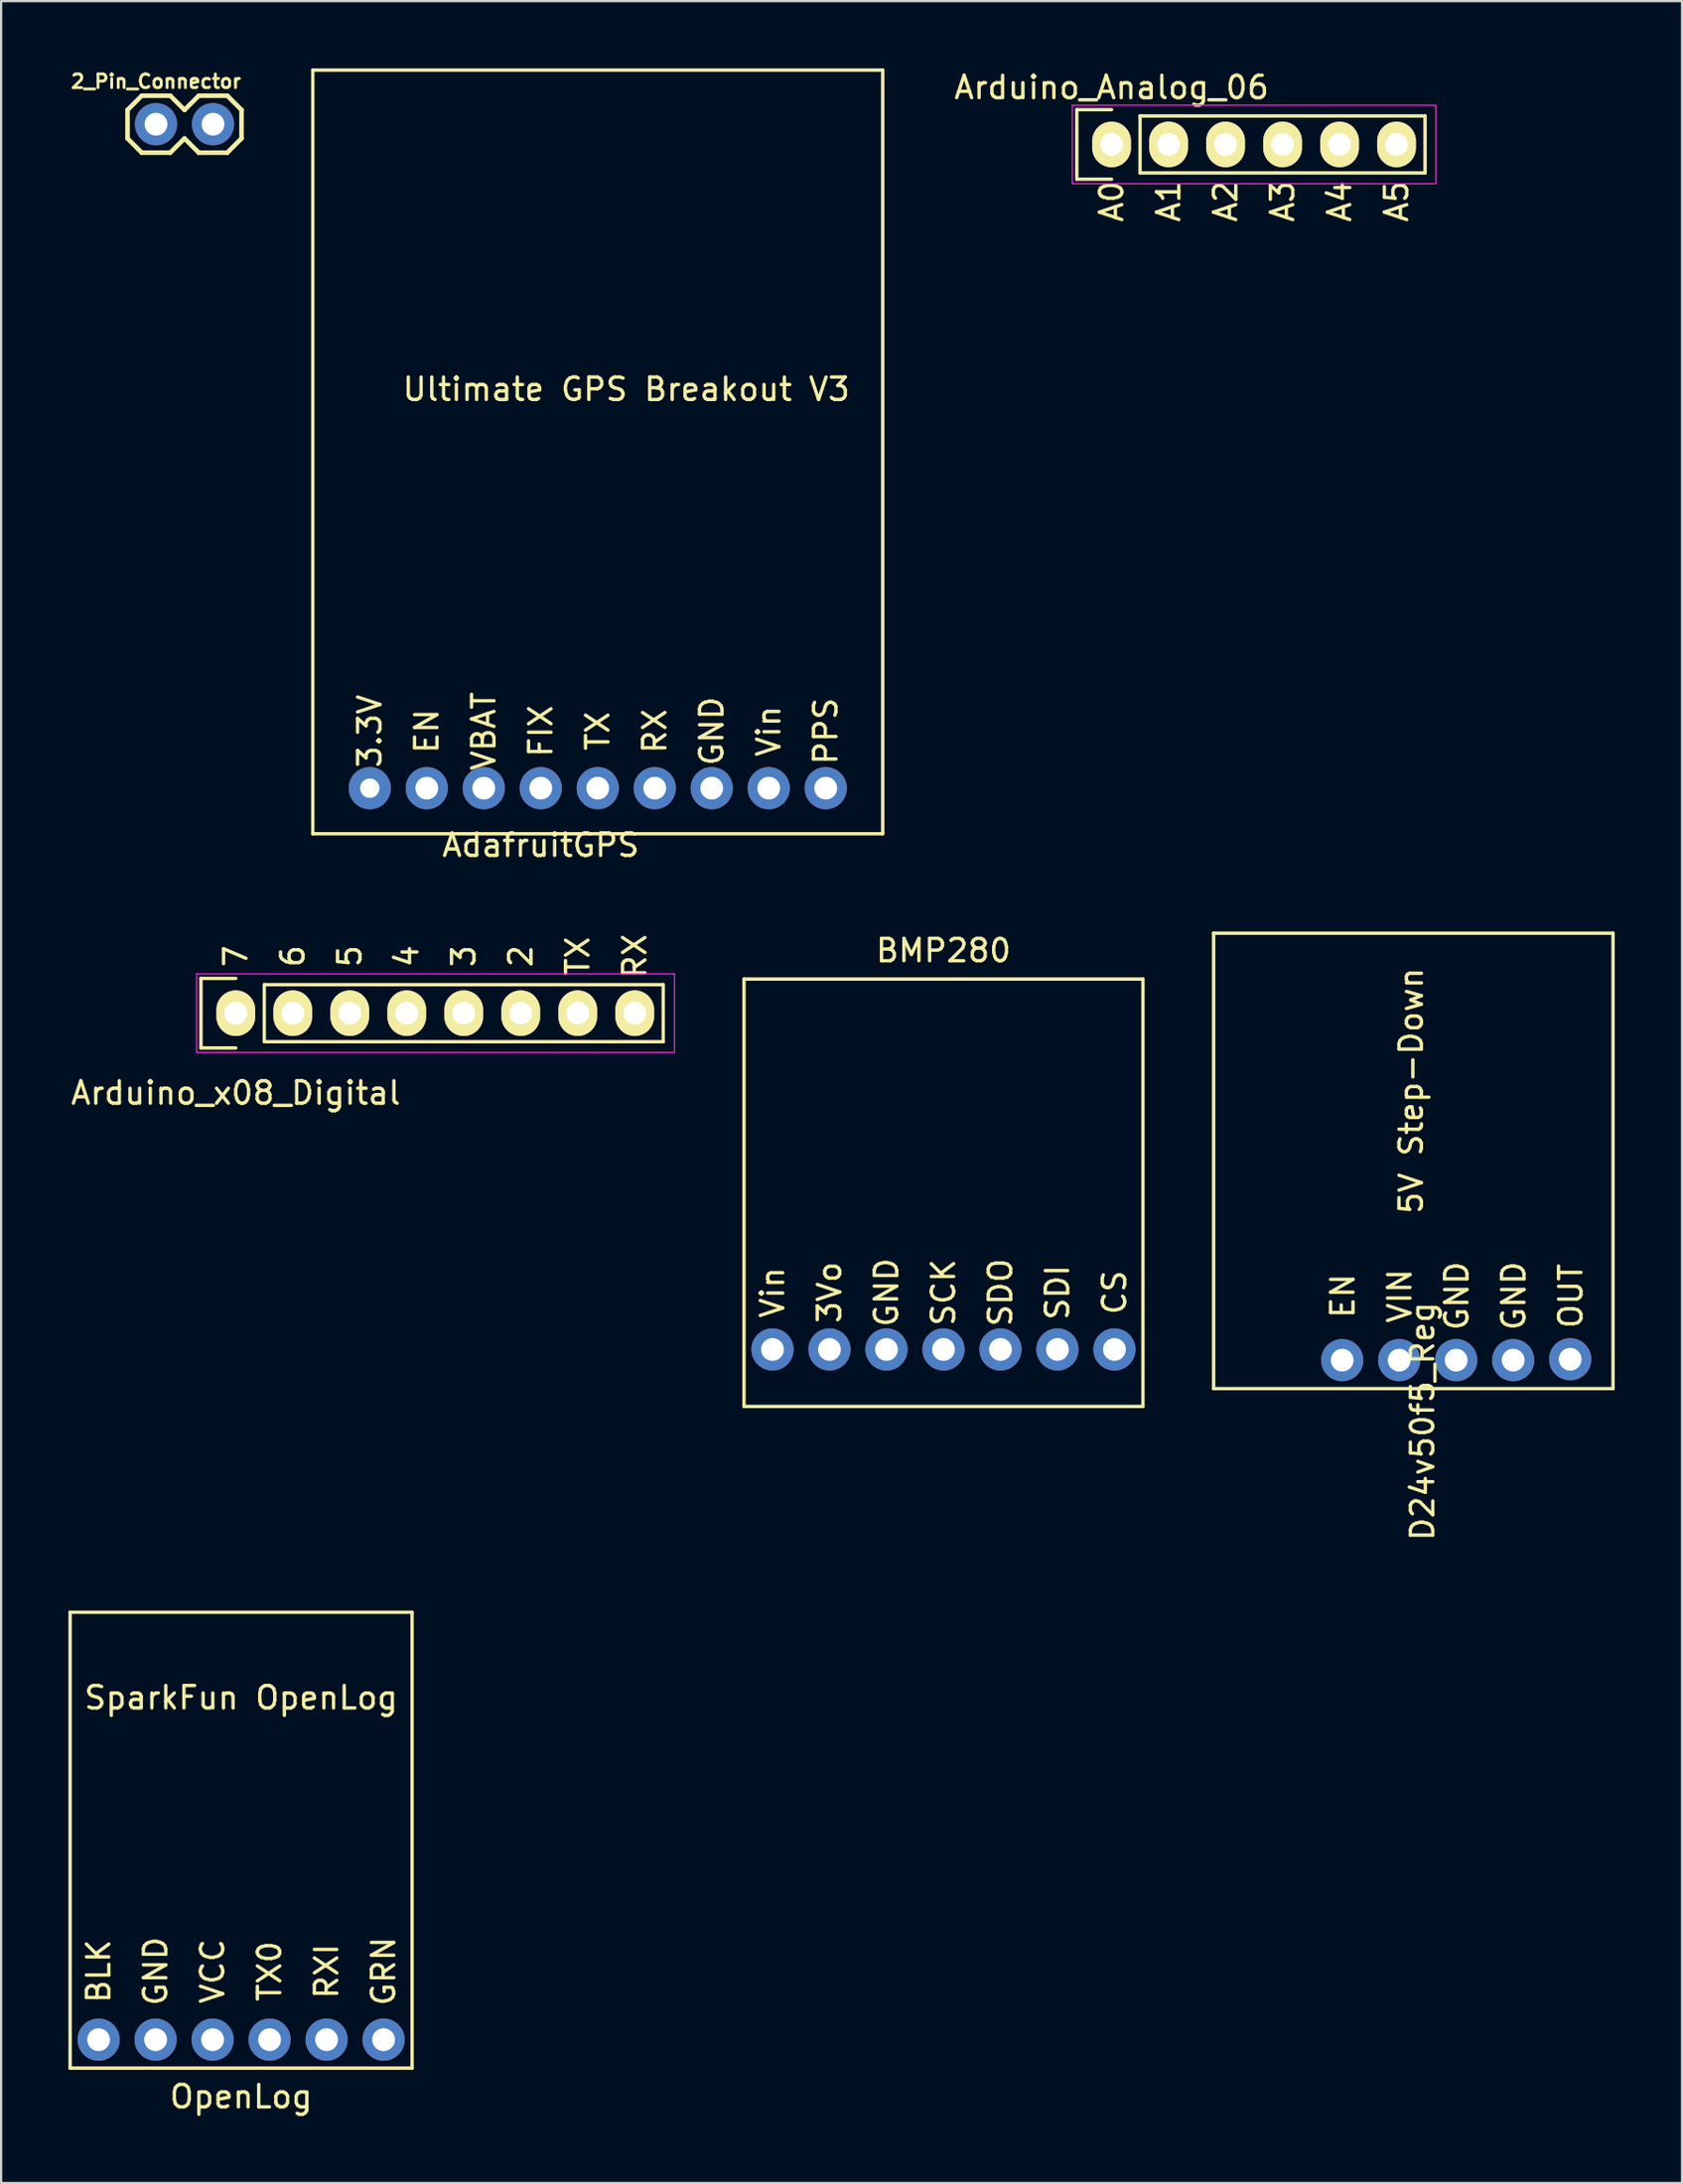
<source format=kicad_pcb>
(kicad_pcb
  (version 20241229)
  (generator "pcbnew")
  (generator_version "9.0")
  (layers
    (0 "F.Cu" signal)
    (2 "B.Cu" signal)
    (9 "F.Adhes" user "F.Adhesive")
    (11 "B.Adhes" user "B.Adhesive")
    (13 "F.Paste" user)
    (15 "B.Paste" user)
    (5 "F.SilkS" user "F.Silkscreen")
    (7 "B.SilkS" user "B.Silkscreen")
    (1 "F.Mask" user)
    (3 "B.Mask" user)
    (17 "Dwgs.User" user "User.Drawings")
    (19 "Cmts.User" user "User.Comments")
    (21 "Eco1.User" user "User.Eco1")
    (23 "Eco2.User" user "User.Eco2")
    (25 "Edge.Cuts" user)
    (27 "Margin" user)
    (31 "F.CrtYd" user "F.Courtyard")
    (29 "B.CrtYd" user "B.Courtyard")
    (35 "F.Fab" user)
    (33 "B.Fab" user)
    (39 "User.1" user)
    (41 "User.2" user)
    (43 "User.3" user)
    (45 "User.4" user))
  (footprint "Arduino_x08_Digital"
    (layer "F.Cu")
    (at 7.458 42.108)
    (property "Reference" "Arduino_x08_Digital" (at 0 3.556 0) (layer "F.SilkS") (effects (font (size 1 1) (thickness 0.15))))
    (attr through_hole)
    (fp_line (start -1.55 -1.55) (end -1.55 1.55) (stroke (width 0.15) (type solid)) (layer "F.SilkS"))
    (fp_line (start -1.55 1.55) (end 0 1.55) (stroke (width 0.15) (type solid)) (layer "F.SilkS"))
    (fp_line (start 0 -1.55) (end -1.55 -1.55) (stroke (width 0.15) (type solid)) (layer "F.SilkS"))
    (fp_line (start 1.27 1.27) (end 1.27 -1.27) (stroke (width 0.15) (type solid)) (layer "F.SilkS"))
    (fp_line (start 1.27 1.27) (end 19.05 1.27) (stroke (width 0.15) (type solid)) (layer "F.SilkS"))
    (fp_line (start 19.05 -1.27) (end 1.27 -1.27) (stroke (width 0.15) (type solid)) (layer "F.SilkS"))
    (fp_line (start 19.05 1.27) (end 19.05 -1.27) (stroke (width 0.15) (type solid)) (layer "F.SilkS"))
    (fp_line (start -1.75 -1.75) (end -1.75 1.75) (stroke (width 0.05) (type solid)) (layer "F.CrtYd"))
    (fp_line (start -1.75 -1.75) (end 19.55 -1.75) (stroke (width 0.05) (type solid)) (layer "F.CrtYd"))
    (fp_line (start -1.75 1.75) (end 19.55 1.75) (stroke (width 0.05) (type solid)) (layer "F.CrtYd"))
    (fp_line (start 19.55 -1.75) (end 19.55 1.75) (stroke (width 0.05) (type solid)) (layer "F.CrtYd"))
    (fp_text user "RX" (at 17.78 -2.54 90) (layer "F.SilkS") (effects (font (size 1 1) (thickness 0.15))))
    (fp_text user "3" (at 10.16 -2.54 90) (layer "F.SilkS") (effects (font (size 1 1) (thickness 0.15))))
    (fp_text user "TX" (at 15.24 -2.54 90) (layer "F.SilkS") (effects (font (size 1 1) (thickness 0.15))))
    (fp_text user "5" (at 5.08 -2.54 90) (layer "F.SilkS") (effects (font (size 1 1) (thickness 0.15))))
    (fp_text user "2" (at 12.7 -2.54 90) (layer "F.SilkS") (effects (font (size 1 1) (thickness 0.15))))
    (fp_text user "6" (at 2.54 -2.54 90) (layer "F.SilkS") (effects (font (size 1 1) (thickness 0.15))))
    (fp_text user "7" (at 0 -2.54 90) (layer "F.SilkS") (effects (font (size 1 1) (thickness 0.15))))
    (fp_text user "4" (at 7.62 -2.54 90) (layer "F.SilkS") (effects (font (size 1 1) (thickness 0.15))))
    (pad "0(Rx)" thru_hole oval (at 17.78 0) (size 1.727 2.032) (drill 1.016) (layers "*.Cu" "*.Mask" "F.SilkS"))
    (pad "1(Tx)" thru_hole oval (at 15.24 0) (size 1.727 2.032) (drill 1.016) (layers "*.Cu" "*.Mask" "F.SilkS"))
    (pad "2" thru_hole oval (at 12.7 0) (size 1.727 2.032) (drill 1.016) (layers "*.Cu" "*.Mask" "F.SilkS"))
    (pad "3(**)" thru_hole oval (at 10.16 0) (size 1.727 2.032) (drill 1.016) (layers "*.Cu" "*.Mask" "F.SilkS"))
    (pad "4" thru_hole oval (at 7.62 0) (size 1.727 2.032) (drill 1.016) (layers "*.Cu" "*.Mask" "F.SilkS"))
    (pad "5(**)" thru_hole oval (at 5.08 0) (size 1.727 2.032) (drill 1.016) (layers "*.Cu" "*.Mask" "F.SilkS"))
    (pad "6(**)" thru_hole oval (at 2.54 0) (size 1.727 2.032) (drill 1.016) (layers "*.Cu" "*.Mask" "F.SilkS"))
    (pad "7" thru_hole oval (at 0 0) (size 1.727 2.032) (drill 1.016) (layers "*.Cu" "*.Mask" "F.SilkS")))
  (footprint "2_Pin_Connector"
    (layer "F.Cu")
    (at 3.903 2.485)
    (property "Reference" "2_Pin_Connector" (at 0 -1.905 0) (layer "F.SilkS") (effects (font (size 0.61 0.61) (thickness 0.127))))
    (attr exclude_from_pos_files exclude_from_bom)
    (fp_line (start -1.27 -0.635) (end -1.27 0.635) (stroke (width 0.203) (type solid)) (layer "F.SilkS"))
    (fp_line (start -1.27 0.635) (end -0.635 1.27) (stroke (width 0.203) (type solid)) (layer "F.SilkS"))
    (fp_line (start -0.635 -1.27) (end -1.27 -0.635) (stroke (width 0.203) (type solid)) (layer "F.SilkS"))
    (fp_line (start -0.635 -1.27) (end 0.635 -1.27) (stroke (width 0.203) (type solid)) (layer "F.SilkS"))
    (fp_line (start 0.635 -1.27) (end 1.27 -0.635) (stroke (width 0.203) (type solid)) (layer "F.SilkS"))
    (fp_line (start 0.635 1.27) (end -0.635 1.27) (stroke (width 0.203) (type solid)) (layer "F.SilkS"))
    (fp_line (start 1.27 -0.635) (end 1.905 -1.27) (stroke (width 0.203) (type solid)) (layer "F.SilkS"))
    (fp_line (start 1.27 0.635) (end 0.635 1.27) (stroke (width 0.203) (type solid)) (layer "F.SilkS"))
    (fp_line (start 1.905 -1.27) (end 3.175 -1.27) (stroke (width 0.203) (type solid)) (layer "F.SilkS"))
    (fp_line (start 1.905 1.27) (end 1.27 0.635) (stroke (width 0.203) (type solid)) (layer "F.SilkS"))
    (fp_line (start 3.175 -1.27) (end 3.81 -0.635) (stroke (width 0.203) (type solid)) (layer "F.SilkS"))
    (fp_line (start 3.175 1.27) (end 1.905 1.27) (stroke (width 0.203) (type solid)) (layer "F.SilkS"))
    (fp_line (start 3.81 -0.635) (end 3.81 0.635) (stroke (width 0.203) (type solid)) (layer "F.SilkS"))
    (fp_line (start 3.81 0.635) (end 3.175 1.27) (stroke (width 0.203) (type solid)) (layer "F.SilkS"))
    (pad "1" thru_hole circle (at 0 0) (size 1.88 1.88) (drill 1.016) (layers "*.Cu" "*.Mask"))
    (pad "2" thru_hole circle (at 2.54 0) (size 1.88 1.88) (drill 1.016) (layers "*.Cu" "*.Mask")))
  (footprint "Arduino_Analog_06"
    (layer "F.Cu")
    (at 46.49 3.388)
    (property "Reference" "Arduino_Analog_06" (at 0 -2.54 0) (layer "F.SilkS") (effects (font (size 1 1) (thickness 0.15))))
    (attr through_hole)
    (fp_line (start -1.55 -1.55) (end -1.55 1.55) (stroke (width 0.15) (type solid)) (layer "F.SilkS"))
    (fp_line (start -1.55 1.55) (end 0 1.55) (stroke (width 0.15) (type solid)) (layer "F.SilkS"))
    (fp_line (start 0 -1.55) (end -1.55 -1.55) (stroke (width 0.15) (type solid)) (layer "F.SilkS"))
    (fp_line (start 1.27 1.27) (end 1.27 -1.27) (stroke (width 0.15) (type solid)) (layer "F.SilkS"))
    (fp_line (start 1.27 1.27) (end 13.97 1.27) (stroke (width 0.15) (type solid)) (layer "F.SilkS"))
    (fp_line (start 13.97 -1.27) (end 1.27 -1.27) (stroke (width 0.15) (type solid)) (layer "F.SilkS"))
    (fp_line (start 13.97 1.27) (end 13.97 -1.27) (stroke (width 0.15) (type solid)) (layer "F.SilkS"))
    (fp_line (start -1.75 -1.75) (end -1.75 1.75) (stroke (width 0.05) (type solid)) (layer "F.CrtYd"))
    (fp_line (start -1.75 -1.75) (end 14.45 -1.75) (stroke (width 0.05) (type solid)) (layer "F.CrtYd"))
    (fp_line (start -1.75 1.75) (end 14.45 1.75) (stroke (width 0.05) (type solid)) (layer "F.CrtYd"))
    (fp_line (start 14.45 -1.75) (end 14.45 1.75) (stroke (width 0.05) (type solid)) (layer "F.CrtYd"))
    (fp_text user "A4" (at 10.16 2.54 90) (layer "F.SilkS") (effects (font (size 1 1) (thickness 0.15))))
    (fp_text user "A5" (at 12.7 2.54 90) (layer "F.SilkS") (effects (font (size 1 1) (thickness 0.15))))
    (fp_text user "A3" (at 7.62 2.54 90) (layer "F.SilkS") (effects (font (size 1 1) (thickness 0.15))))
    (fp_text user "A1" (at 2.54 2.54 90) (layer "F.SilkS") (effects (font (size 1 1) (thickness 0.15))))
    (fp_text user "A0" (at 0 2.54 90) (layer "F.SilkS") (effects (font (size 1 1) (thickness 0.15))))
    (fp_text user "A2" (at 5.08 2.54 90) (layer "F.SilkS") (effects (font (size 1 1) (thickness 0.15))))
    (pad "A0" thru_hole oval (at 0 0) (size 1.727 2.032) (drill 1.016) (layers "*.Cu" "*.Mask" "F.SilkS"))
    (pad "A1" thru_hole oval (at 2.54 0) (size 1.727 2.032) (drill 1.016) (layers "*.Cu" "*.Mask" "F.SilkS"))
    (pad "A2" thru_hole oval (at 5.08 0) (size 1.727 2.032) (drill 1.016) (layers "*.Cu" "*.Mask" "F.SilkS"))
    (pad "A3" thru_hole oval (at 7.62 0) (size 1.727 2.032) (drill 1.016) (layers "*.Cu" "*.Mask" "F.SilkS"))
    (pad "A4(SDA)" thru_hole oval (at 10.16 0) (size 1.727 2.032) (drill 1.016) (layers "*.Cu" "*.Mask" "F.SilkS"))
    (pad "A5(SCL)" thru_hole oval (at 12.7 0) (size 1.727 2.032) (drill 1.016) (layers "*.Cu" "*.Mask" "F.SilkS")))
  (footprint "D24v50f5_Reg"
    (layer "F.Cu")
    (at 53.238 56.742)
    (property "Reference" "D24v50f5_Reg" (at 7.112 3.556 90) (layer "F.SilkS") (effects (font (size 1 1) (thickness 0.15))))
    (attr through_hole)
    (fp_line (start -2.2 -18.2) (end 15.6 -18.2) (stroke (width 0.15) (type solid)) (layer "F.SilkS"))
    (fp_line (start -2.2 2.1) (end -2.2 -18.2) (stroke (width 0.15) (type solid)) (layer "F.SilkS"))
    (fp_line (start 15.6 -18.2) (end 15.6 2.1) (stroke (width 0.15) (type solid)) (layer "F.SilkS"))
    (fp_line (start 15.6 2.1) (end -2.2 2.1) (stroke (width 0.15) (type solid)) (layer "F.SilkS"))
    (fp_text user "VIN" (at 6.096 -2.032 90) (layer "F.SilkS") (effects (font (size 1 1) (thickness 0.15))))
    (fp_text user "OUT" (at 13.716 -2.032 90) (layer "F.SilkS") (effects (font (size 1 1) (thickness 0.15))))
    (fp_text user "5V Step-Down" (at 6.604 -11.176 90) (layer "F.SilkS") (effects (font (size 1 1) (thickness 0.15))))
    (fp_text user "GND" (at 8.636 -2.032 90) (layer "F.SilkS") (effects (font (size 1 1) (thickness 0.15))))
    (fp_text user "GND" (at 11.176 -2.032 90) (layer "F.SilkS") (effects (font (size 1 1) (thickness 0.15))))
    (fp_text user "EN" (at 3.556 -2.032 90) (layer "F.SilkS") (effects (font (size 1 1) (thickness 0.15))))
    (pad "1" thru_hole circle (at 3.53 0.83) (size 1.88 1.88) (drill 1.016) (layers "*.Cu" "*.Mask"))
    (pad "2" thru_hole circle (at 6.07 0.83) (size 1.88 1.88) (drill 1.016) (layers "*.Cu" "*.Mask"))
    (pad "3" thru_hole circle (at 8.61 0.83) (size 1.88 1.88) (drill 1.016) (layers "*.Cu" "*.Mask"))
    (pad "4" thru_hole circle (at 11.15 0.83) (size 1.88 1.88) (drill 1.016) (layers "*.Cu" "*.Mask"))
    (pad "5" thru_hole circle (at 13.69 0.79) (size 1.88 1.88) (drill 1.016) (layers "*.Cu" "*.Mask")))
  (footprint "BMP280"
    (layer "F.Cu")
    (at 38.998 57.096)
    (property "Reference" "BMP280" (at 0 -17.78 0) (layer "F.SilkS") (effects (font (size 1 1) (thickness 0.15))))
    (attr through_hole)
    (fp_line (start -8.89 -16.51) (end -8.89 2.54) (stroke (width 0.15) (type solid)) (layer "F.SilkS"))
    (fp_line (start -8.89 2.54) (end 8.89 2.54) (stroke (width 0.15) (type solid)) (layer "F.SilkS"))
    (fp_line (start 8.89 -16.51) (end -8.89 -16.51) (stroke (width 0.15) (type solid)) (layer "F.SilkS"))
    (fp_line (start 8.89 2.54) (end 8.89 -16.51) (stroke (width 0.15) (type solid)) (layer "F.SilkS"))
    (fp_text user "SCK" (at 0 -2.54 90) (layer "F.SilkS") (effects (font (size 1 1) (thickness 0.15))))
    (fp_text user "Vin" (at -7.62 -2.54 90) (layer "F.SilkS") (effects (font (size 1 1) (thickness 0.15))))
    (fp_text user "CS" (at 7.62 -2.54 90) (layer "F.SilkS") (effects (font (size 1 1) (thickness 0.15))))
    (fp_text user "SDO" (at 2.54 -2.54 90) (layer "F.SilkS") (effects (font (size 1 1) (thickness 0.15))))
    (fp_text user "3Vo" (at -5.08 -2.54 90) (layer "F.SilkS") (effects (font (size 1 1) (thickness 0.15))))
    (fp_text user "SDI" (at 5.08 -2.54 90) (layer "F.SilkS") (effects (font (size 1 1) (thickness 0.15))))
    (fp_text user "GND" (at -2.54 -2.54 90) (layer "F.SilkS") (effects (font (size 1 1) (thickness 0.15))))
    (pad "1" thru_hole circle (at -7.62 0) (size 1.88 1.88) (drill 1.016) (layers "*.Cu" "*.Mask"))
    (pad "2" thru_hole circle (at -5.08 0) (size 1.88 1.88) (drill 1.016) (layers "*.Cu" "*.Mask"))
    (pad "3" thru_hole circle (at -2.54 0) (size 1.88 1.88) (drill 1.016) (layers "*.Cu" "*.Mask"))
    (pad "4" thru_hole circle (at 0 0) (size 1.88 1.88) (drill 1.016) (layers "*.Cu" "*.Mask"))
    (pad "5" thru_hole circle (at 2.54 0) (size 1.88 1.88) (drill 1.016) (layers "*.Cu" "*.Mask"))
    (pad "6" thru_hole circle (at 5.08 0) (size 1.88 1.88) (drill 1.016) (layers "*.Cu" "*.Mask"))
    (pad "7" thru_hole circle (at 7.62 0) (size 1.88 1.88) (drill 1.016) (layers "*.Cu" "*.Mask")))
  (footprint "OpenLog"
    (layer "F.Cu")
    (at 6.425 87.858)
    (property "Reference" "OpenLog" (at 1.27 2.54 0) (layer "F.SilkS") (effects (font (size 1 1) (thickness 0.15))))
    (attr through_hole)
    (fp_line (start -6.35 -19.05) (end -6.35 1.27) (stroke (width 0.15) (type solid)) (layer "F.SilkS"))
    (fp_line (start -6.35 1.27) (end 8.89 1.27) (stroke (width 0.15) (type solid)) (layer "F.SilkS"))
    (fp_line (start 8.89 -19.05) (end -6.35 -19.05) (stroke (width 0.15) (type solid)) (layer "F.SilkS"))
    (fp_line (start 8.89 1.27) (end 8.89 -19.05) (stroke (width 0.15) (type solid)) (layer "F.SilkS"))
    (fp_text user "GND" (at -2.54 -3.048 90) (layer "F.SilkS") (effects (font (size 1 1) (thickness 0.15))))
    (fp_text user "BLK" (at -5.08 -3.048 90) (layer "F.SilkS") (effects (font (size 1 1) (thickness 0.15))))
    (fp_text user "SparkFun OpenLog" (at 1.27 -15.24 0) (layer "F.SilkS") (effects (font (size 1 1) (thickness 0.15))))
    (fp_text user "VCC" (at 0 -3.048 90) (layer "F.SilkS") (effects (font (size 1 1) (thickness 0.15))))
    (fp_text user "TX0" (at 2.54 -3.048 90) (layer "F.SilkS") (effects (font (size 1 1) (thickness 0.15))))
    (fp_text user "GRN" (at 7.62 -3.048 90) (layer "F.SilkS") (effects (font (size 1 1) (thickness 0.15))))
    (fp_text user "RXI" (at 5.08 -3.048 90) (layer "F.SilkS") (effects (font (size 1 1) (thickness 0.15))))
    (pad "1" thru_hole circle (at 7.62 0) (size 1.88 1.88) (drill 1.016) (layers "*.Cu" "*.Mask"))
    (pad "2" thru_hole circle (at 5.08 0) (size 1.88 1.88) (drill 1.016) (layers "*.Cu" "*.Mask"))
    (pad "3" thru_hole circle (at 2.54 0) (size 1.88 1.88) (drill 1.016) (layers "*.Cu" "*.Mask"))
    (pad "4" thru_hole circle (at 0 0) (size 1.88 1.88) (drill 1.016) (layers "*.Cu" "*.Mask"))
    (pad "5" thru_hole circle (at -2.54 0) (size 1.88 1.88) (drill 1.016) (layers "*.Cu" "*.Mask"))
    (pad "6" thru_hole circle (at -5.08 0) (size 1.88 1.88) (drill 1.016) (layers "*.Cu" "*.Mask")))
  (footprint "AdafruitGPS"
    (layer "F.Cu")
    (at 23.59 32.079)
    (property "Reference" "AdafruitGPS" (at -2.54 2.54 0) (layer "F.SilkS") (effects (font (size 1 1) (thickness 0.15))))
    (attr through_hole)
    (fp_line (start -12.7 -32.004) (end -12.7 2.032) (stroke (width 0.15) (type solid)) (layer "F.SilkS"))
    (fp_line (start -12.7 2.032) (end 12.7 2.032) (stroke (width 0.15) (type solid)) (layer "F.SilkS"))
    (fp_line (start 12.7 -32.004) (end -12.7 -32.004) (stroke (width 0.15) (type solid)) (layer "F.SilkS"))
    (fp_line (start 12.7 2.032) (end 12.7 -32.004) (stroke (width 0.15) (type solid)) (layer "F.SilkS"))
    (fp_text user "3.3V" (at -10.16 -2.54 90) (layer "F.SilkS") (effects (font (size 1 1) (thickness 0.15))))
    (fp_text user "TX" (at 0 -2.54 90) (layer "F.SilkS") (effects (font (size 1 1) (thickness 0.15))))
    (fp_text user "EN" (at -7.62 -2.54 90) (layer "F.SilkS") (effects (font (size 1 1) (thickness 0.15))))
    (fp_text user "Ultimate GPS Breakout V3" (at 1.27 -17.78 0) (layer "F.SilkS") (effects (font (size 1 1) (thickness 0.15))))
    (fp_text user "GND" (at 5.08 -2.54 90) (layer "F.SilkS") (effects (font (size 1 1) (thickness 0.15))))
    (fp_text user "Vin" (at 7.62 -2.54 90) (layer "F.SilkS") (effects (font (size 1 1) (thickness 0.15))))
    (fp_text user "RX" (at 2.54 -2.54 90) (layer "F.SilkS") (effects (font (size 1 1) (thickness 0.15))))
    (fp_text user "VBAT" (at -5.08 -2.54 90) (layer "F.SilkS") (effects (font (size 1 1) (thickness 0.15))))
    (fp_text user "FIX" (at -2.54 -2.54 90) (layer "F.SilkS") (effects (font (size 1 1) (thickness 0.15))))
    (fp_text user "PPS" (at 10.16 -2.54 90) (layer "F.SilkS") (effects (font (size 1 1) (thickness 0.15))))
    (pad "1" thru_hole circle (at -10.16 0) (size 1.88 1.88) (drill 0.864) (layers "*.Cu" "*.Mask"))
    (pad "2" thru_hole circle (at -7.62 0) (size 1.88 1.88) (drill 1.016) (layers "*.Cu" "*.Mask"))
    (pad "3" thru_hole circle (at -5.08 0) (size 1.88 1.88) (drill 1.016) (layers "*.Cu" "*.Mask"))
    (pad "4" thru_hole circle (at -2.54 0) (size 1.88 1.88) (drill 1.016) (layers "*.Cu" "*.Mask"))
    (pad "5" thru_hole circle (at 0 0) (size 1.88 1.88) (drill 1.016) (layers "*.Cu" "*.Mask"))
    (pad "6" thru_hole circle (at 2.54 0) (size 1.88 1.88) (drill 1.016) (layers "*.Cu" "*.Mask"))
    (pad "7" thru_hole circle (at 5.08 0) (size 1.88 1.88) (drill 1.016) (layers "*.Cu" "*.Mask"))
    (pad "8" thru_hole circle (at 7.62 0) (size 1.88 1.88) (drill 1.016) (layers "*.Cu" "*.Mask"))
    (pad "9" thru_hole circle (at 10.16 0) (size 1.88 1.88) (drill 1.016) (layers "*.Cu" "*.Mask")))
  (gr_rect
    (start -3 -3)
    (end 71.913 94.246)
    (stroke (width 0.1) (type default))
    (fill no)
    (layer "Edge.Cuts")))
</source>
